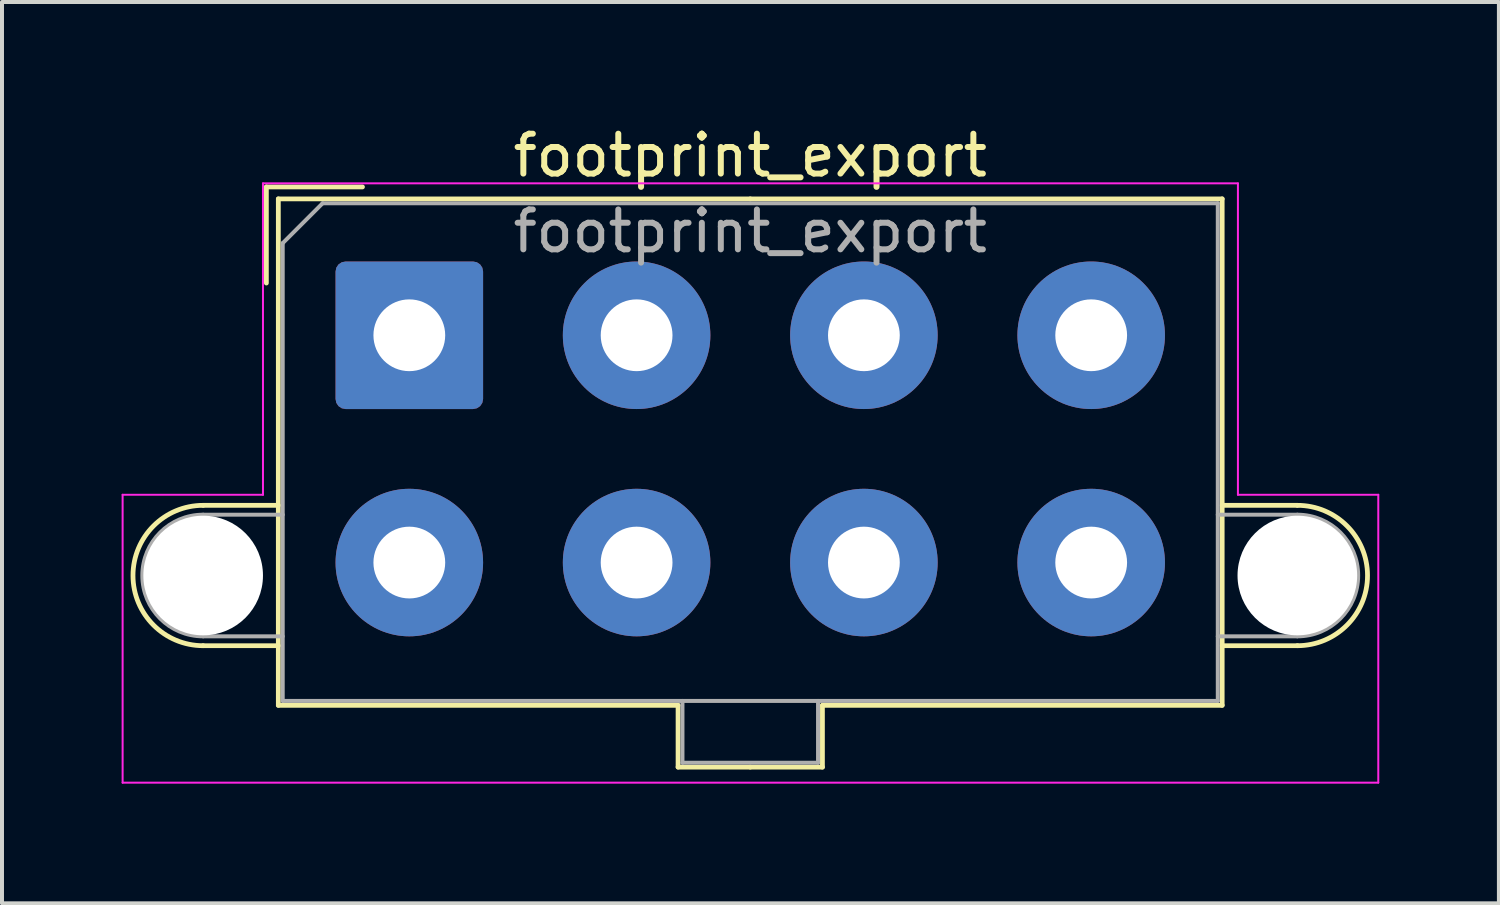
<source format=kicad_pcb>
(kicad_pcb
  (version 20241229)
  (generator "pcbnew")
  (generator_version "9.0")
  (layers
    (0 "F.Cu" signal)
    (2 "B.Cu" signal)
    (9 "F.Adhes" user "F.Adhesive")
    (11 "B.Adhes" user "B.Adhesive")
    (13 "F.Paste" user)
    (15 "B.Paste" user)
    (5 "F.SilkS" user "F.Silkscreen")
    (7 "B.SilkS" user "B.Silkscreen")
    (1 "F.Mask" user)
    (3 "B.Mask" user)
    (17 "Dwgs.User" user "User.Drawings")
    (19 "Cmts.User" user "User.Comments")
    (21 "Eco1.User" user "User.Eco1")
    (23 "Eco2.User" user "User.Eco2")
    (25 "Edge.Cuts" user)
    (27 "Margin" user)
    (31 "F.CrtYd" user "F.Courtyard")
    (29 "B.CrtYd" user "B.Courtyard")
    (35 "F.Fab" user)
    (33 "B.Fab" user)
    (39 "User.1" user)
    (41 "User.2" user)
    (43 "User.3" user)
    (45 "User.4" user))
  (footprint "footprint_export"
    (layer "F.Cu")
    (at 7.215 5.358)
    (property "Reference" "footprint_export" (at 8.55 -4.51 0) (layer "F.SilkS") (effects (font (size 1 1) (thickness 0.15))))
    (attr through_hole)
    (fp_line (start -5.17 4.265) (end -3.285 4.265) (stroke (width 0.12) (type solid)) (layer "F.SilkS"))
    (fp_line (start -5.17 7.785) (end -3.285 7.785) (stroke (width 0.12) (type solid)) (layer "F.SilkS"))
    (fp_line (start -3.585 -3.72) (end -1.175 -3.72) (stroke (width 0.12) (type solid)) (layer "F.SilkS"))
    (fp_line (start -3.585 -1.31) (end -3.585 -3.72) (stroke (width 0.12) (type solid)) (layer "F.SilkS"))
    (fp_line (start -3.285 -3.42) (end -3.285 9.28) (stroke (width 0.12) (type solid)) (layer "F.SilkS"))
    (fp_line (start -3.285 9.28) (end 6.74 9.28) (stroke (width 0.12) (type solid)) (layer "F.SilkS"))
    (fp_line (start 6.74 9.28) (end 6.74 10.83) (stroke (width 0.12) (type solid)) (layer "F.SilkS"))
    (fp_line (start 6.74 10.83) (end 8.55 10.83) (stroke (width 0.12) (type solid)) (layer "F.SilkS"))
    (fp_line (start 8.55 -3.42) (end -3.285 -3.42) (stroke (width 0.12) (type solid)) (layer "F.SilkS"))
    (fp_line (start 8.55 -3.42) (end 20.385 -3.42) (stroke (width 0.12) (type solid)) (layer "F.SilkS"))
    (fp_line (start 10.36 9.28) (end 10.36 10.83) (stroke (width 0.12) (type solid)) (layer "F.SilkS"))
    (fp_line (start 10.36 10.83) (end 8.55 10.83) (stroke (width 0.12) (type solid)) (layer "F.SilkS"))
    (fp_line (start 20.385 -3.42) (end 20.385 9.28) (stroke (width 0.12) (type solid)) (layer "F.SilkS"))
    (fp_line (start 20.385 9.28) (end 10.36 9.28) (stroke (width 0.12) (type solid)) (layer "F.SilkS"))
    (fp_line (start 22.27 4.265) (end 20.385 4.265) (stroke (width 0.12) (type solid)) (layer "F.SilkS"))
    (fp_line (start 22.27 7.785) (end 20.385 7.785) (stroke (width 0.12) (type solid)) (layer "F.SilkS"))
    (fp_arc (start -5.17 7.785) (mid -6.93 6.025) (end -5.17 4.265) (stroke (width 0.12) (type solid)) (layer "F.SilkS"))
    (fp_arc (start 22.27 4.265) (mid 24.03 6.025) (end 22.27 7.785) (stroke (width 0.12) (type solid)) (layer "F.SilkS"))
    (fp_line (start -7.19 4) (end -7.19 11.22) (stroke (width 0.05) (type solid)) (layer "F.CrtYd"))
    (fp_line (start -7.19 11.22) (end 24.3 11.22) (stroke (width 0.05) (type solid)) (layer "F.CrtYd"))
    (fp_line (start -3.67 -3.81) (end -3.67 4) (stroke (width 0.05) (type solid)) (layer "F.CrtYd"))
    (fp_line (start -3.67 4) (end -7.19 4) (stroke (width 0.05) (type solid)) (layer "F.CrtYd"))
    (fp_line (start 20.78 -3.81) (end -3.67 -3.81) (stroke (width 0.05) (type solid)) (layer "F.CrtYd"))
    (fp_line (start 20.78 4) (end 20.78 -3.81) (stroke (width 0.05) (type solid)) (layer "F.CrtYd"))
    (fp_line (start 24.3 4) (end 20.78 4) (stroke (width 0.05) (type solid)) (layer "F.CrtYd"))
    (fp_line (start 24.3 11.22) (end 24.3 4) (stroke (width 0.05) (type solid)) (layer "F.CrtYd"))
    (fp_line (start -5.17 4.5) (end -3.175 4.5) (stroke (width 0.1) (type solid)) (layer "F.Fab"))
    (fp_line (start -5.17 7.55) (end -3.175 7.55) (stroke (width 0.1) (type solid)) (layer "F.Fab"))
    (fp_line (start -3.175 -2.31) (end -3.175 9.17) (stroke (width 0.1) (type solid)) (layer "F.Fab"))
    (fp_line (start -3.175 9.17) (end 20.275 9.17) (stroke (width 0.1) (type solid)) (layer "F.Fab"))
    (fp_line (start -2.175 -3.31) (end -3.175 -2.31) (stroke (width 0.1) (type solid)) (layer "F.Fab"))
    (fp_line (start 6.85 9.17) (end 6.85 10.72) (stroke (width 0.1) (type solid)) (layer "F.Fab"))
    (fp_line (start 6.85 10.72) (end 10.25 10.72) (stroke (width 0.1) (type solid)) (layer "F.Fab"))
    (fp_line (start 10.25 10.72) (end 10.25 9.17) (stroke (width 0.1) (type solid)) (layer "F.Fab"))
    (fp_line (start 20.275 -3.31) (end -2.175 -3.31) (stroke (width 0.1) (type solid)) (layer "F.Fab"))
    (fp_line (start 20.275 9.17) (end 20.275 -3.31) (stroke (width 0.1) (type solid)) (layer "F.Fab"))
    (fp_line (start 22.27 4.5) (end 20.275 4.5) (stroke (width 0.1) (type solid)) (layer "F.Fab"))
    (fp_line (start 22.27 7.55) (end 20.275 7.55) (stroke (width 0.1) (type solid)) (layer "F.Fab"))
    (fp_arc (start -5.17 7.55) (mid -6.695 6.025) (end -5.17 4.5) (stroke (width 0.1) (type solid)) (layer "F.Fab"))
    (fp_arc (start 22.27 4.5) (mid 23.795 6.025) (end 22.27 7.55) (stroke (width 0.1) (type solid)) (layer "F.Fab"))
    (fp_text user "${REFERENCE}" (at 8.55 -2.61 0) (layer "F.Fab") (effects (font (size 1 1) (thickness 0.15))))
    (pad "" np_thru_hole circle (at -5.17 6.025) (size 3 3) (drill 3) (layers "*.Cu" "*.Mask"))
    (pad "" np_thru_hole circle (at 22.27 6.025) (size 3 3) (drill 3) (layers "*.Cu" "*.Mask"))
    (pad "1" thru_hole roundrect (at 0 0) (size 3.7 3.7) (drill 1.8) (layers "*.Cu" "*.Mask") (roundrect_rratio 0.068))
    (pad "2" thru_hole circle (at 5.7 0) (size 3.7 3.7) (drill 1.8) (layers "*.Cu" "*.Mask"))
    (pad "3" thru_hole circle (at 11.4 0) (size 3.7 3.7) (drill 1.8) (layers "*.Cu" "*.Mask"))
    (pad "4" thru_hole circle (at 17.1 0) (size 3.7 3.7) (drill 1.8) (layers "*.Cu" "*.Mask"))
    (pad "5" thru_hole circle (at 0 5.7) (size 3.7 3.7) (drill 1.8) (layers "*.Cu" "*.Mask"))
    (pad "6" thru_hole circle (at 5.7 5.7) (size 3.7 3.7) (drill 1.8) (layers "*.Cu" "*.Mask"))
    (pad "7" thru_hole circle (at 11.4 5.7) (size 3.7 3.7) (drill 1.8) (layers "*.Cu" "*.Mask"))
    (pad "8" thru_hole circle (at 17.1 5.7) (size 3.7 3.7) (drill 1.8) (layers "*.Cu" "*.Mask")))
  (gr_rect
    (start -3 -3)
    (end 34.54 19.603)
    (stroke (width 0.1) (type default))
    (fill no)
    (layer "Edge.Cuts")))
</source>
